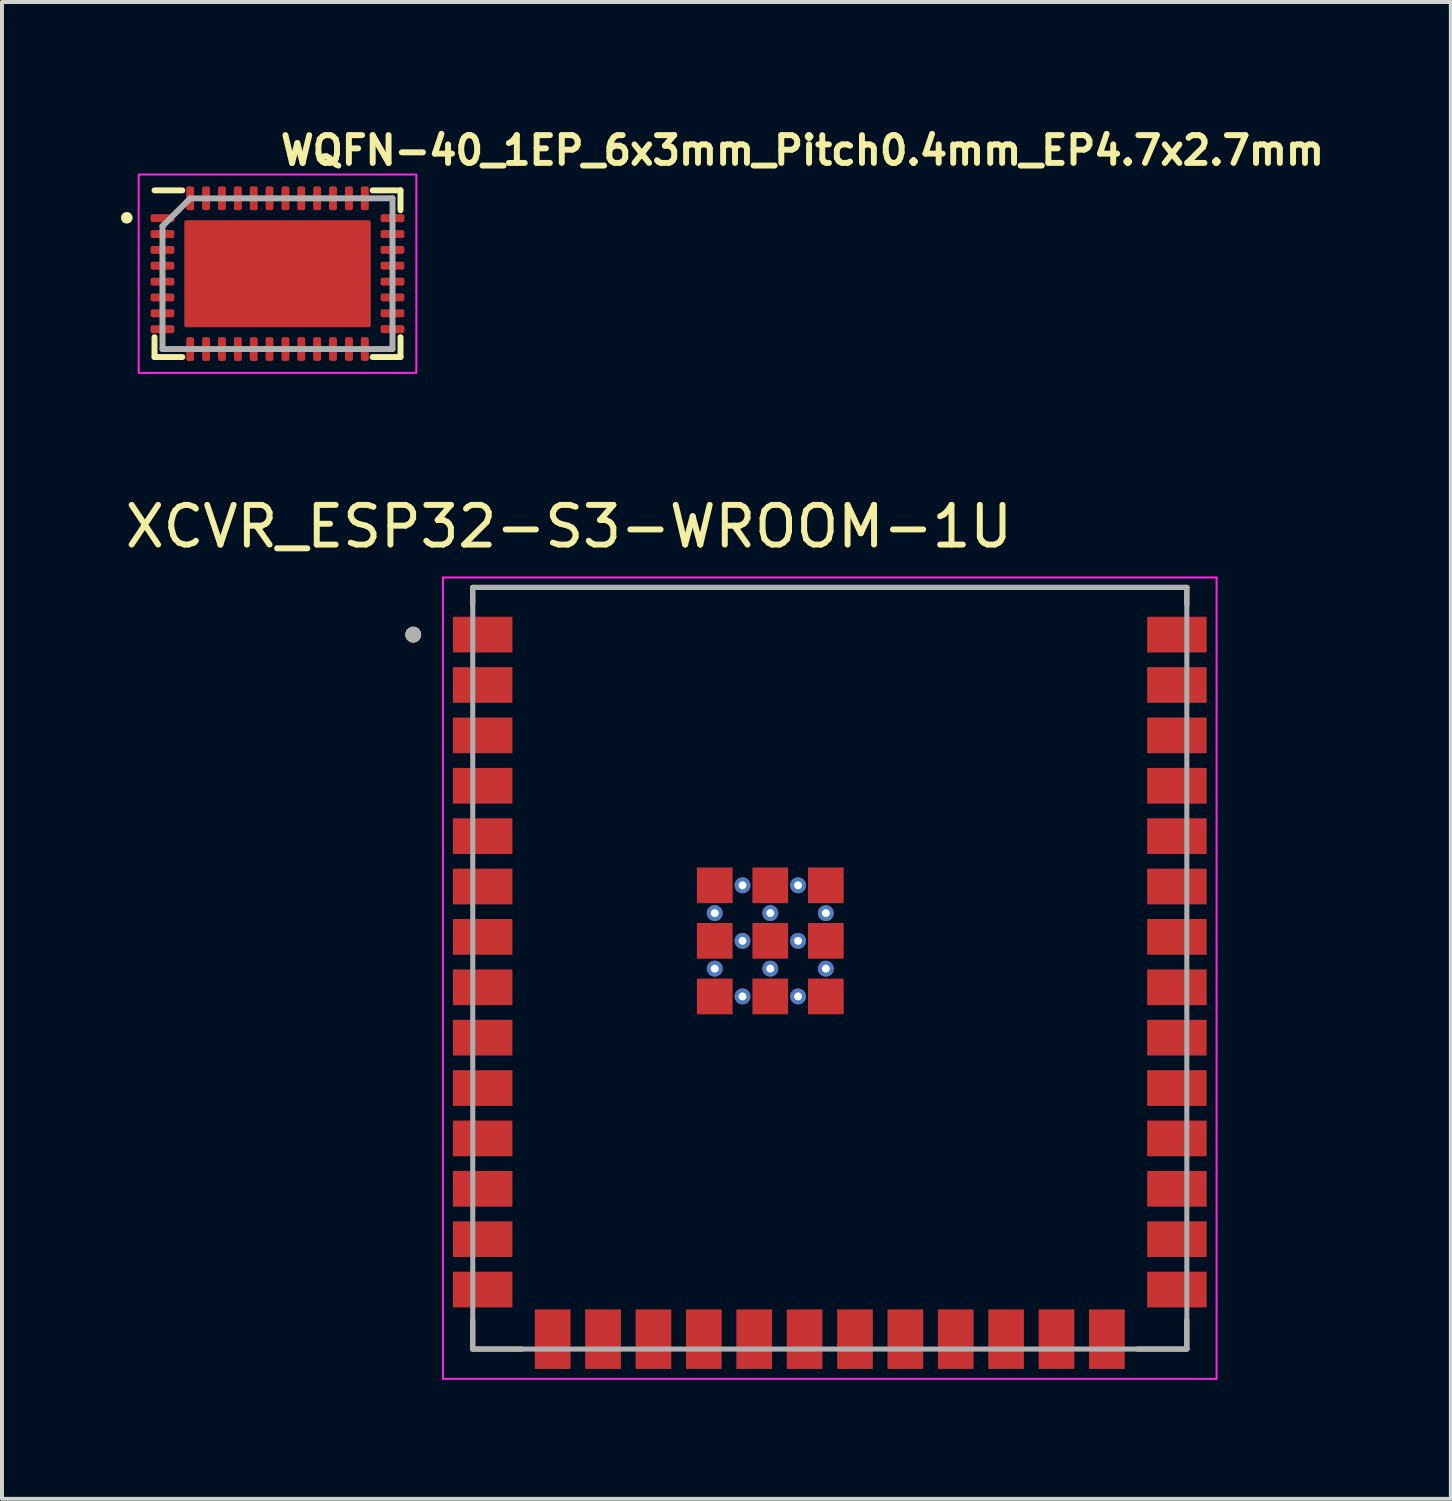
<source format=kicad_pcb>
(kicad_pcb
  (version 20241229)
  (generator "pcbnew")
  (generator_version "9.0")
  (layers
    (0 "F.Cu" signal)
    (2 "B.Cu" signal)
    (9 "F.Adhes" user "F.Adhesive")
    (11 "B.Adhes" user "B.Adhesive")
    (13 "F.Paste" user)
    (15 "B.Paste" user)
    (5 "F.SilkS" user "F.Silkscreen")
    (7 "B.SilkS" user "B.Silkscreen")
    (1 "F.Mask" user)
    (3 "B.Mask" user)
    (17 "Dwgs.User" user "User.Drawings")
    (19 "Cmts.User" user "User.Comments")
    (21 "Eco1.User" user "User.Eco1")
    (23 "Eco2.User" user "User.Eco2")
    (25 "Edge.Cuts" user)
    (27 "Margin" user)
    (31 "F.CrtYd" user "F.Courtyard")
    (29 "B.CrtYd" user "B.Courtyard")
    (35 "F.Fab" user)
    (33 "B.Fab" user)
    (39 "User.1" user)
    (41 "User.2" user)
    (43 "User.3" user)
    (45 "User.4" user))
  (footprint "WQFN-40_1EP_6x3mm_Pitch0.4mm_EP4.7x2.7mm"
    (layer "F.Cu")
    (at 3.946 3.85)
    (property "Reference" "WQFN-40_1EP_6x3mm_Pitch0.4mm_EP4.7x2.7mm" (at 0 -2.7 0) (unlocked yes) (layer "F.SilkS") (effects (font (size 0.7 0.7) (thickness 0.15)) (justify left bottom)))
    (attr smd)
    (fp_line (start -3.101 2.1) (end -3.101 1.6) (stroke (width 0.15) (type solid)) (layer "F.SilkS"))
    (fp_line (start -2.4 -2.101) (end -3.101 -2.101) (stroke (width 0.15) (type solid)) (layer "F.SilkS"))
    (fp_line (start -2.4 2.1) (end -3.101 2.1) (stroke (width 0.15) (type solid)) (layer "F.SilkS"))
    (fp_line (start 3.1 -2.101) (end 2.398 -2.101) (stroke (width 0.15) (type solid)) (layer "F.SilkS"))
    (fp_line (start 3.1 -2.101) (end 3.1 -1.601) (stroke (width 0.15) (type solid)) (layer "F.SilkS"))
    (fp_line (start 3.1 1.6) (end 3.1 2.1) (stroke (width 0.15) (type solid)) (layer "F.SilkS"))
    (fp_line (start 3.1 2.1) (end 2.398 2.1) (stroke (width 0.15) (type solid)) (layer "F.SilkS"))
    (fp_circle (center -3.8 -1.41) (end -3.75 -1.36) (stroke (width 0.15) (type solid)) (fill yes) (layer "F.SilkS"))
    (fp_rect (start -3.5 -2.5) (end 3.499 2.499) (stroke (width 0.05) (type solid)) (fill no) (layer "F.CrtYd"))
    (fp_line (start -2.9 -1.2) (end -2.2 -1.9) (stroke (width 0.15) (type solid)) (layer "F.Fab"))
    (fp_line (start -2.9 1.898) (end -2.9 -1.2) (stroke (width 0.15) (type solid)) (layer "F.Fab"))
    (fp_line (start -2.2 -1.9) (end 2.898 -1.901) (stroke (width 0.15) (type solid)) (layer "F.Fab"))
    (fp_line (start 2.898 -1.901) (end 2.898 1.898) (stroke (width 0.15) (type solid)) (layer "F.Fab"))
    (fp_line (start 2.898 1.898) (end -2.9 1.898) (stroke (width 0.15) (type solid)) (layer "F.Fab"))
    (fp_rect (start -3 -2) (end 2.999 1.999) (stroke (width 0.1) (type solid)) (fill no) (layer "User.5"))
    (fp_line (start -3 -2) (end -3 1.999) (stroke (width 0.02) (type solid)) (layer "User.9"))
    (fp_line (start -3 1.999) (end 2.999 1.999) (stroke (width 0.02) (type solid)) (layer "User.9"))
    (fp_line (start 2.999 -2) (end -3 -2) (stroke (width 0.02) (type solid)) (layer "User.9"))
    (fp_line (start 2.999 1.999) (end 2.999 -2) (stroke (width 0.02) (type solid)) (layer "User.9"))
    (pad "1" smd roundrect (at -2.9 -1.401 90) (size 0.2 0.6) (layers "F.Cu" "F.Mask" "F.Paste") (roundrect_rratio 0.25))
    (pad "2" smd roundrect (at -2.9 -1 90) (size 0.2 0.6) (layers "F.Cu" "F.Mask" "F.Paste") (roundrect_rratio 0.25))
    (pad "3" smd roundrect (at -2.9 -0.6 90) (size 0.2 0.6) (layers "F.Cu" "F.Mask" "F.Paste") (roundrect_rratio 0.25))
    (pad "4" smd roundrect (at -2.9 -0.202 90) (size 0.2 0.6) (layers "F.Cu" "F.Mask" "F.Paste") (roundrect_rratio 0.25))
    (pad "5" smd roundrect (at -2.9 0.2 90) (size 0.2 0.6) (layers "F.Cu" "F.Mask" "F.Paste") (roundrect_rratio 0.25))
    (pad "6" smd roundrect (at -2.9 0.598 90) (size 0.2 0.6) (layers "F.Cu" "F.Mask" "F.Paste") (roundrect_rratio 0.25))
    (pad "7" smd roundrect (at -2.9 0.998 90) (size 0.2 0.6) (layers "F.Cu" "F.Mask" "F.Paste") (roundrect_rratio 0.25))
    (pad "8" smd roundrect (at -2.9 1.398 90) (size 0.2 0.6) (layers "F.Cu" "F.Mask" "F.Paste") (roundrect_rratio 0.25))
    (pad "9" smd roundrect (at -2.202 1.898 180) (size 0.2 0.6) (layers "F.Cu" "F.Mask" "F.Paste") (roundrect_rratio 0.25))
    (pad "10" smd roundrect (at -1.801 1.898 180) (size 0.2 0.6) (layers "F.Cu" "F.Mask" "F.Paste") (roundrect_rratio 0.25))
    (pad "11" smd roundrect (at -1.401 1.898 180) (size 0.2 0.6) (layers "F.Cu" "F.Mask" "F.Paste") (roundrect_rratio 0.25))
    (pad "12" smd roundrect (at -1 1.898 180) (size 0.2 0.6) (layers "F.Cu" "F.Mask" "F.Paste") (roundrect_rratio 0.25))
    (pad "13" smd roundrect (at -0.6 1.898 180) (size 0.2 0.6) (layers "F.Cu" "F.Mask" "F.Paste") (roundrect_rratio 0.25))
    (pad "14" smd roundrect (at -0.202 1.898 180) (size 0.2 0.6) (layers "F.Cu" "F.Mask" "F.Paste") (roundrect_rratio 0.25))
    (pad "15" smd roundrect (at 0.2 1.898 180) (size 0.2 0.6) (layers "F.Cu" "F.Mask" "F.Paste") (roundrect_rratio 0.25))
    (pad "16" smd roundrect (at 0.598 1.898 180) (size 0.2 0.6) (layers "F.Cu" "F.Mask" "F.Paste") (roundrect_rratio 0.25))
    (pad "17" smd roundrect (at 0.998 1.898 180) (size 0.2 0.6) (layers "F.Cu" "F.Mask" "F.Paste") (roundrect_rratio 0.25))
    (pad "18" smd roundrect (at 1.398 1.898 180) (size 0.2 0.6) (layers "F.Cu" "F.Mask" "F.Paste") (roundrect_rratio 0.25))
    (pad "19" smd roundrect (at 1.8 1.898 180) (size 0.2 0.6) (layers "F.Cu" "F.Mask" "F.Paste") (roundrect_rratio 0.25))
    (pad "20" smd roundrect (at 2.2 1.898 180) (size 0.2 0.6) (layers "F.Cu" "F.Mask" "F.Paste") (roundrect_rratio 0.25))
    (pad "21" smd roundrect (at 2.898 1.398 270) (size 0.2 0.6) (layers "F.Cu" "F.Mask" "F.Paste") (roundrect_rratio 0.25))
    (pad "22" smd roundrect (at 2.898 0.998 270) (size 0.2 0.6) (layers "F.Cu" "F.Mask" "F.Paste") (roundrect_rratio 0.25))
    (pad "23" smd roundrect (at 2.898 0.598 270) (size 0.2 0.6) (layers "F.Cu" "F.Mask" "F.Paste") (roundrect_rratio 0.25))
    (pad "24" smd roundrect (at 2.898 0.2 270) (size 0.2 0.6) (layers "F.Cu" "F.Mask" "F.Paste") (roundrect_rratio 0.25))
    (pad "25" smd roundrect (at 2.898 -0.202 270) (size 0.2 0.6) (layers "F.Cu" "F.Mask" "F.Paste") (roundrect_rratio 0.25))
    (pad "26" smd roundrect (at 2.898 -0.6 270) (size 0.2 0.6) (layers "F.Cu" "F.Mask" "F.Paste") (roundrect_rratio 0.25))
    (pad "27" smd roundrect (at 2.898 -1 270) (size 0.2 0.6) (layers "F.Cu" "F.Mask" "F.Paste") (roundrect_rratio 0.25))
    (pad "28" smd roundrect (at 2.898 -1.401 270) (size 0.2 0.6) (layers "F.Cu" "F.Mask" "F.Paste") (roundrect_rratio 0.25))
    (pad "29" smd roundrect (at 2.2 -1.901) (size 0.2 0.6) (layers "F.Cu" "F.Mask" "F.Paste") (roundrect_rratio 0.25))
    (pad "30" smd roundrect (at 1.8 -1.901) (size 0.2 0.6) (layers "F.Cu" "F.Mask" "F.Paste") (roundrect_rratio 0.25))
    (pad "31" smd roundrect (at 1.398 -1.901) (size 0.2 0.6) (layers "F.Cu" "F.Mask" "F.Paste") (roundrect_rratio 0.25))
    (pad "32" smd roundrect (at 0.998 -1.901) (size 0.2 0.6) (layers "F.Cu" "F.Mask" "F.Paste") (roundrect_rratio 0.25))
    (pad "33" smd roundrect (at 0.598 -1.901) (size 0.2 0.6) (layers "F.Cu" "F.Mask" "F.Paste") (roundrect_rratio 0.25))
    (pad "34" smd roundrect (at 0.2 -1.901) (size 0.2 0.6) (layers "F.Cu" "F.Mask" "F.Paste") (roundrect_rratio 0.25))
    (pad "35" smd roundrect (at -0.202 -1.901) (size 0.2 0.6) (layers "F.Cu" "F.Mask" "F.Paste") (roundrect_rratio 0.25))
    (pad "36" smd roundrect (at -0.6 -1.901) (size 0.2 0.6) (layers "F.Cu" "F.Mask" "F.Paste") (roundrect_rratio 0.25))
    (pad "37" smd roundrect (at -1 -1.901) (size 0.2 0.6) (layers "F.Cu" "F.Mask" "F.Paste") (roundrect_rratio 0.25))
    (pad "38" smd roundrect (at -1.401 -1.901) (size 0.2 0.6) (layers "F.Cu" "F.Mask" "F.Paste") (roundrect_rratio 0.25))
    (pad "39" smd roundrect (at -1.801 -1.901) (size 0.2 0.6) (layers "F.Cu" "F.Mask" "F.Paste") (roundrect_rratio 0.25))
    (pad "40" smd roundrect (at -2.202 -1.901) (size 0.2 0.6) (layers "F.Cu" "F.Mask" "F.Paste") (roundrect_rratio 0.25))
    (pad "41" smd roundrect (at -1.5 -0.652 180) (size 1 0.8) (layers "F.Cu" "F.Mask" "F.Paste") (roundrect_rratio 0.05))
    (pad "41" smd roundrect (at -1.5 0.748 180) (size 1 0.8) (layers "F.Cu" "F.Mask" "F.Paste") (roundrect_rratio 0.05))
    (pad "41" smd roundrect (at 0 0 180) (size 4.7 2.7) (layers "F.Cu" "F.Mask") (roundrect_rratio 0.019))
    (pad "41" smd roundrect (at 0.05 -0.652 180) (size 1 0.8) (layers "F.Cu" "F.Mask" "F.Paste") (roundrect_rratio 0.05))
    (pad "41" smd roundrect (at 0.05 0.748 180) (size 1 0.8) (layers "F.Cu" "F.Mask" "F.Paste") (roundrect_rratio 0.05))
    (pad "41" smd roundrect (at 1.499 -0.652 180) (size 1 0.8) (layers "F.Cu" "F.Mask" "F.Paste") (roundrect_rratio 0.05))
    (pad "41" smd roundrect (at 1.499 0.748 180) (size 1 0.8) (layers "F.Cu" "F.Mask" "F.Paste") (roundrect_rratio 0.05)))
  (footprint "XCVR_ESP32-S3-WROOM-1U"
    (layer "F.Cu")
    (at 17.867 21.357)
    (property "Reference" "XCVR_ESP32-S3-WROOM-1U" (at -6.575 -11.135 0) (layer "F.SilkS") (effects (font (size 1 1) (thickness 0.15))))
    (attr smd)
    (fp_line (start -9 -9.6) (end 9 -9.6) (stroke (width 0.127) (type solid)) (layer "F.SilkS"))
    (fp_line (start -9 -9.18) (end -9 -9.6) (stroke (width 0.127) (type solid)) (layer "F.SilkS"))
    (fp_line (start -9 9.6) (end -9 8.87) (stroke (width 0.127) (type solid)) (layer "F.SilkS"))
    (fp_line (start -7.755 9.6) (end -9 9.6) (stroke (width 0.127) (type solid)) (layer "F.SilkS"))
    (fp_line (start 9 -9.6) (end 9 -9.18) (stroke (width 0.127) (type solid)) (layer "F.SilkS"))
    (fp_line (start 9 9.6) (end 7.755 9.6) (stroke (width 0.127) (type solid)) (layer "F.SilkS"))
    (fp_line (start 9 9.6) (end 9 8.87) (stroke (width 0.127) (type solid)) (layer "F.SilkS"))
    (fp_circle (center -10.5 -8.41) (end -10.4 -8.41) (stroke (width 0.2) (type solid)) (fill no) (layer "F.SilkS"))
    (fp_line (start -9.75 -9.85) (end -9.75 10.35) (stroke (width 0.05) (type solid)) (layer "F.CrtYd"))
    (fp_line (start -9.75 10.35) (end 9.75 10.35) (stroke (width 0.05) (type solid)) (layer "F.CrtYd"))
    (fp_line (start 9.75 -9.85) (end -9.75 -9.85) (stroke (width 0.05) (type solid)) (layer "F.CrtYd"))
    (fp_line (start 9.75 10.35) (end 9.75 -9.85) (stroke (width 0.05) (type solid)) (layer "F.CrtYd"))
    (fp_line (start -9 -9.6) (end 9 -9.6) (stroke (width 0.127) (type solid)) (layer "F.Fab"))
    (fp_line (start -9 9.6) (end -9 -9.6) (stroke (width 0.127) (type solid)) (layer "F.Fab"))
    (fp_line (start 9 -9.6) (end 9 9.6) (stroke (width 0.127) (type solid)) (layer "F.Fab"))
    (fp_line (start 9 9.6) (end -9 9.6) (stroke (width 0.127) (type solid)) (layer "F.Fab"))
    (fp_circle (center -10.5 -8.41) (end -10.4 -8.41) (stroke (width 0.2) (type solid)) (fill no) (layer "F.Fab"))
    (pad "1" smd rect (at -8.75 -8.41) (size 1.5 0.9) (layers "F.Cu" "F.Mask" "F.Paste"))
    (pad "2" smd rect (at -8.75 -7.14) (size 1.5 0.9) (layers "F.Cu" "F.Mask" "F.Paste"))
    (pad "3" smd rect (at -8.75 -5.87) (size 1.5 0.9) (layers "F.Cu" "F.Mask" "F.Paste"))
    (pad "4" smd rect (at -8.75 -4.6) (size 1.5 0.9) (layers "F.Cu" "F.Mask" "F.Paste"))
    (pad "5" smd rect (at -8.75 -3.33) (size 1.5 0.9) (layers "F.Cu" "F.Mask" "F.Paste"))
    (pad "6" smd rect (at -8.75 -2.06) (size 1.5 0.9) (layers "F.Cu" "F.Mask" "F.Paste"))
    (pad "7" smd rect (at -8.75 -0.79) (size 1.5 0.9) (layers "F.Cu" "F.Mask" "F.Paste"))
    (pad "8" smd rect (at -8.75 0.48) (size 1.5 0.9) (layers "F.Cu" "F.Mask" "F.Paste"))
    (pad "9" smd rect (at -8.75 1.75) (size 1.5 0.9) (layers "F.Cu" "F.Mask" "F.Paste"))
    (pad "10" smd rect (at -8.75 3.02) (size 1.5 0.9) (layers "F.Cu" "F.Mask" "F.Paste"))
    (pad "11" smd rect (at -8.75 4.29) (size 1.5 0.9) (layers "F.Cu" "F.Mask" "F.Paste"))
    (pad "12" smd rect (at -8.75 5.56) (size 1.5 0.9) (layers "F.Cu" "F.Mask" "F.Paste"))
    (pad "13" smd rect (at -8.75 6.83) (size 1.5 0.9) (layers "F.Cu" "F.Mask" "F.Paste"))
    (pad "14" smd rect (at -8.75 8.1) (size 1.5 0.9) (layers "F.Cu" "F.Mask" "F.Paste"))
    (pad "15" smd rect (at -6.985 9.35) (size 0.9 1.5) (layers "F.Cu" "F.Mask" "F.Paste"))
    (pad "16" smd rect (at -5.715 9.35) (size 0.9 1.5) (layers "F.Cu" "F.Mask" "F.Paste"))
    (pad "17" smd rect (at -4.445 9.35) (size 0.9 1.5) (layers "F.Cu" "F.Mask" "F.Paste"))
    (pad "18" smd rect (at -3.175 9.35) (size 0.9 1.5) (layers "F.Cu" "F.Mask" "F.Paste"))
    (pad "19" smd rect (at -1.905 9.35) (size 0.9 1.5) (layers "F.Cu" "F.Mask" "F.Paste"))
    (pad "20" smd rect (at -0.635 9.35) (size 0.9 1.5) (layers "F.Cu" "F.Mask" "F.Paste"))
    (pad "21" smd rect (at 0.635 9.35) (size 0.9 1.5) (layers "F.Cu" "F.Mask" "F.Paste"))
    (pad "22" smd rect (at 1.905 9.35) (size 0.9 1.5) (layers "F.Cu" "F.Mask" "F.Paste"))
    (pad "23" smd rect (at 3.175 9.35) (size 0.9 1.5) (layers "F.Cu" "F.Mask" "F.Paste"))
    (pad "24" smd rect (at 4.445 9.35) (size 0.9 1.5) (layers "F.Cu" "F.Mask" "F.Paste"))
    (pad "25" smd rect (at 5.715 9.35) (size 0.9 1.5) (layers "F.Cu" "F.Mask" "F.Paste"))
    (pad "26" smd rect (at 6.985 9.35) (size 0.9 1.5) (layers "F.Cu" "F.Mask" "F.Paste"))
    (pad "27" smd rect (at 8.75 8.1) (size 1.5 0.9) (layers "F.Cu" "F.Mask" "F.Paste"))
    (pad "28" smd rect (at 8.75 6.83) (size 1.5 0.9) (layers "F.Cu" "F.Mask" "F.Paste"))
    (pad "29" smd rect (at 8.75 5.56) (size 1.5 0.9) (layers "F.Cu" "F.Mask" "F.Paste"))
    (pad "30" smd rect (at 8.75 4.29) (size 1.5 0.9) (layers "F.Cu" "F.Mask" "F.Paste"))
    (pad "31" smd rect (at 8.75 3.02) (size 1.5 0.9) (layers "F.Cu" "F.Mask" "F.Paste"))
    (pad "32" smd rect (at 8.75 1.75) (size 1.5 0.9) (layers "F.Cu" "F.Mask" "F.Paste"))
    (pad "33" smd rect (at 8.75 0.48) (size 1.5 0.9) (layers "F.Cu" "F.Mask" "F.Paste"))
    (pad "34" smd rect (at 8.75 -0.79) (size 1.5 0.9) (layers "F.Cu" "F.Mask" "F.Paste"))
    (pad "35" smd rect (at 8.75 -2.06) (size 1.5 0.9) (layers "F.Cu" "F.Mask" "F.Paste"))
    (pad "36" smd rect (at 8.75 -3.33) (size 1.5 0.9) (layers "F.Cu" "F.Mask" "F.Paste"))
    (pad "37" smd rect (at 8.75 -4.6) (size 1.5 0.9) (layers "F.Cu" "F.Mask" "F.Paste"))
    (pad "38" smd rect (at 8.75 -5.87) (size 1.5 0.9) (layers "F.Cu" "F.Mask" "F.Paste"))
    (pad "39" smd rect (at 8.75 -7.14) (size 1.5 0.9) (layers "F.Cu" "F.Mask" "F.Paste"))
    (pad "40" smd rect (at 8.75 -8.41) (size 1.5 0.9) (layers "F.Cu" "F.Mask" "F.Paste"))
    (pad "41_1" smd rect (at -2.9 -2.09) (size 0.9 0.9) (layers "F.Cu" "F.Mask" "F.Paste"))
    (pad "41_2" smd rect (at -1.5 -2.09) (size 0.9 0.9) (layers "F.Cu" "F.Mask" "F.Paste"))
    (pad "41_3" smd rect (at -0.1 -2.09) (size 0.9 0.9) (layers "F.Cu" "F.Mask" "F.Paste"))
    (pad "41_4" smd rect (at -2.9 -0.69) (size 0.9 0.9) (layers "F.Cu" "F.Mask" "F.Paste"))
    (pad "41_5" smd rect (at -1.5 -0.69) (size 0.9 0.9) (layers "F.Cu" "F.Mask" "F.Paste"))
    (pad "41_6" smd rect (at -0.1 -0.69) (size 0.9 0.9) (layers "F.Cu" "F.Mask" "F.Paste"))
    (pad "41_7" smd rect (at -2.9 0.71) (size 0.9 0.9) (layers "F.Cu" "F.Mask" "F.Paste"))
    (pad "41_8" smd rect (at -1.5 0.71) (size 0.9 0.9) (layers "F.Cu" "F.Mask" "F.Paste"))
    (pad "41_9" smd rect (at -0.1 0.71) (size 0.9 0.9) (layers "F.Cu" "F.Mask" "F.Paste"))
    (pad "41_10" thru_hole circle (at -2.2 -2.09) (size 0.4 0.4) (drill 0.2) (layers "*.Cu"))
    (pad "41_11" thru_hole circle (at -0.8 -2.09) (size 0.4 0.4) (drill 0.2) (layers "*.Cu"))
    (pad "41_12" thru_hole circle (at -2.9 -1.39) (size 0.4 0.4) (drill 0.2) (layers "*.Cu"))
    (pad "41_13" thru_hole circle (at -1.5 -1.39) (size 0.4 0.4) (drill 0.2) (layers "*.Cu"))
    (pad "41_14" thru_hole circle (at -0.1 -1.39) (size 0.4 0.4) (drill 0.2) (layers "*.Cu"))
    (pad "41_15" thru_hole circle (at -2.2 -0.69) (size 0.4 0.4) (drill 0.2) (layers "*.Cu"))
    (pad "41_16" thru_hole circle (at -0.8 -0.69) (size 0.4 0.4) (drill 0.2) (layers "*.Cu"))
    (pad "41_17" thru_hole circle (at -2.9 0.01) (size 0.4 0.4) (drill 0.2) (layers "*.Cu"))
    (pad "41_18" thru_hole circle (at -1.5 0.01) (size 0.4 0.4) (drill 0.2) (layers "*.Cu"))
    (pad "41_19" thru_hole circle (at -0.1 0.01) (size 0.4 0.4) (drill 0.2) (layers "*.Cu"))
    (pad "41_20" thru_hole circle (at -2.2 0.71) (size 0.4 0.4) (drill 0.2) (layers "*.Cu"))
    (pad "41_21" thru_hole circle (at -0.8 0.71) (size 0.4 0.4) (drill 0.2) (layers "*.Cu")))
  (gr_rect
    (start -3 -3)
    (end 33.522 34.732)
    (stroke (width 0.1) (type default))
    (fill no)
    (layer "Edge.Cuts")))
</source>
